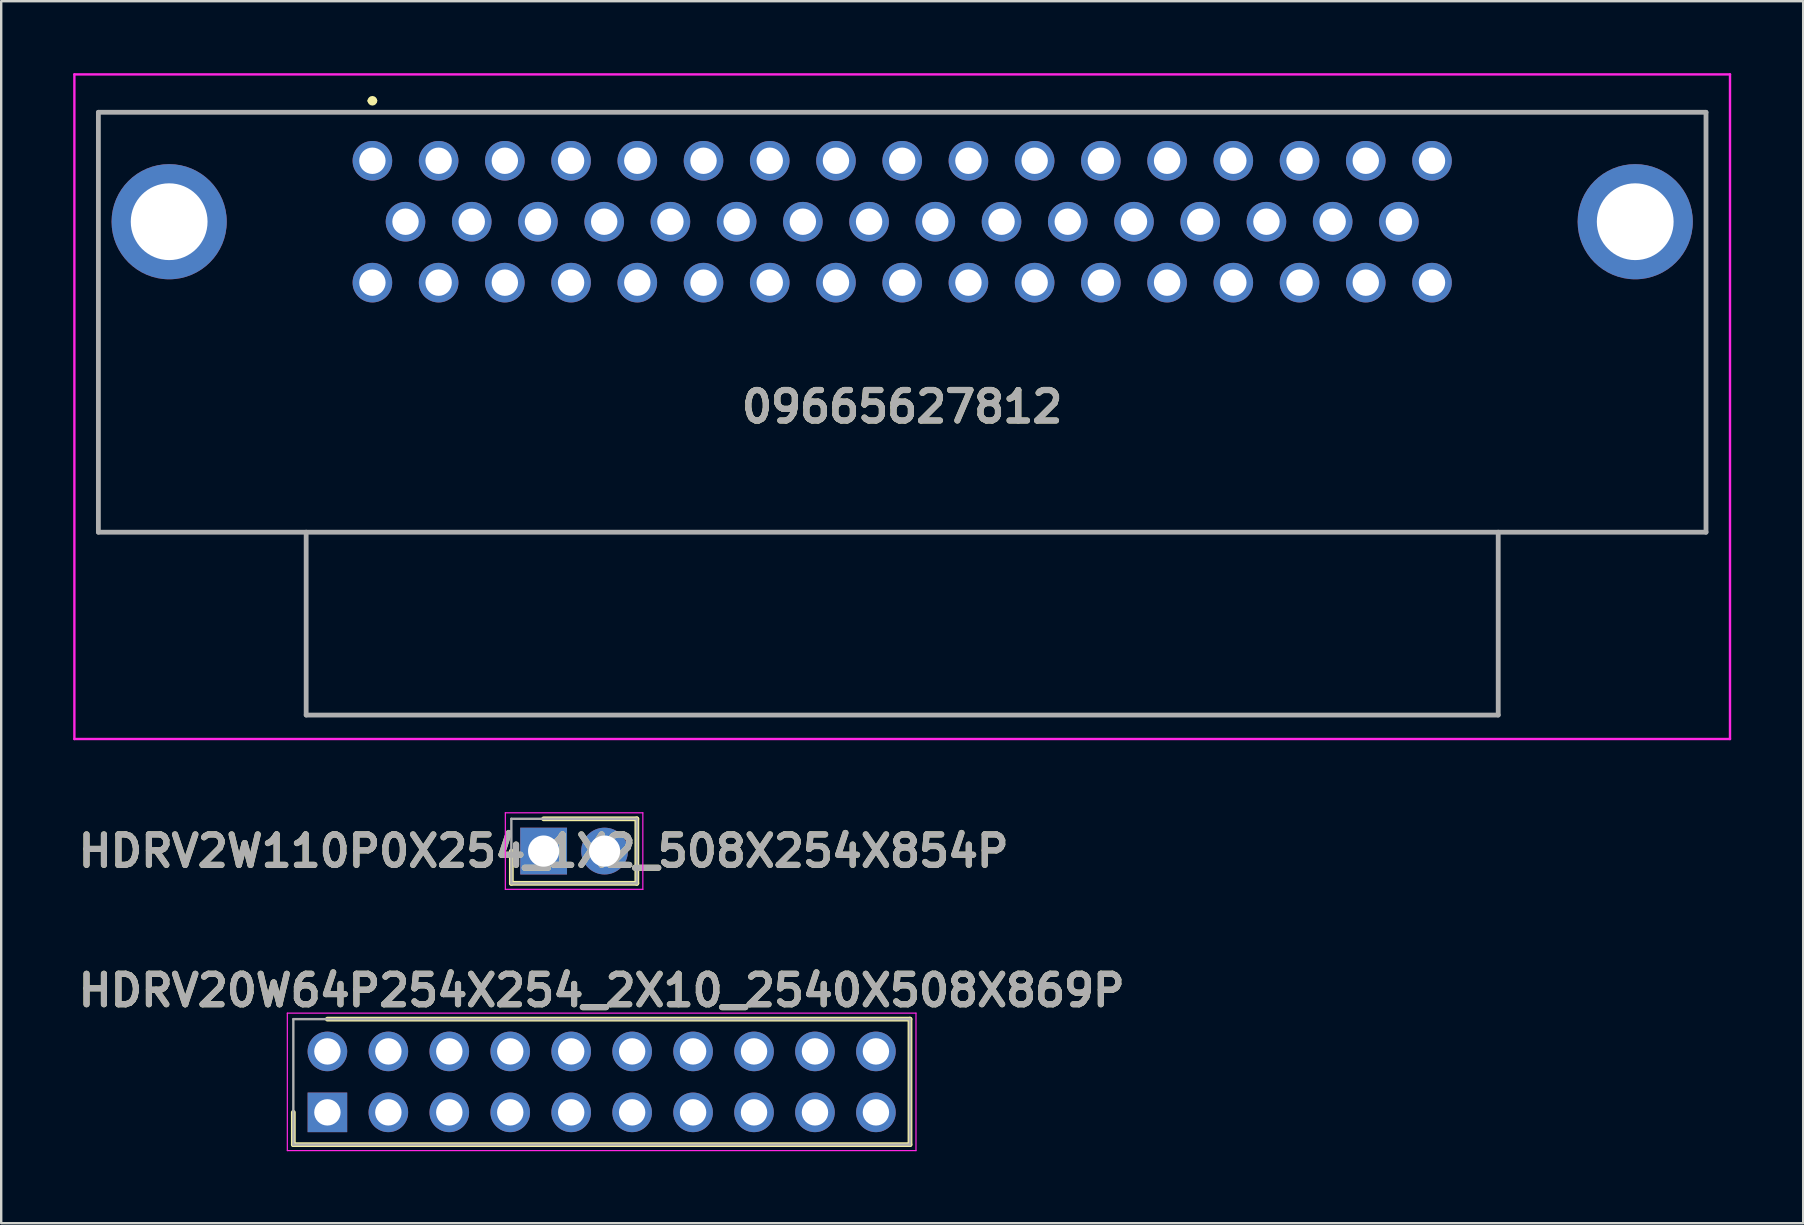
<source format=kicad_pcb>
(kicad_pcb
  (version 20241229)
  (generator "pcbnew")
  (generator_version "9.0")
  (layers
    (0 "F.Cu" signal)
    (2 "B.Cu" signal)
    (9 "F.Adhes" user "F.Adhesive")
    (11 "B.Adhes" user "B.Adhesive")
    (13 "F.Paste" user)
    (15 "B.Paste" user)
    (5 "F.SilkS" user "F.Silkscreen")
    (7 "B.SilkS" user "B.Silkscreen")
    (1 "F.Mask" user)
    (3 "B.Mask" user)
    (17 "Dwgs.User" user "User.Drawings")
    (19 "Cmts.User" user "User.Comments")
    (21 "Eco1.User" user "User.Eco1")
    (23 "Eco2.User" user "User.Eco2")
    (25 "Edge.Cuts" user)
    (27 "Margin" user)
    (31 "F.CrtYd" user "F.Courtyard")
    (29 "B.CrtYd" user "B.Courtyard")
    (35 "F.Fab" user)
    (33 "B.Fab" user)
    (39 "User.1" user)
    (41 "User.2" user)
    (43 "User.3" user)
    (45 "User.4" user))
  (footprint "09665627812"
    (layer "F.Cu")
    (at 12.47 3.65)
    (property "Reference" "09665627812" (at 22.08 10.25 0) (layer "F.SilkS") (effects (font (size 1.27 1.27) (thickness 0.254))))
    (attr through_hole)
    (fp_line (start -11.42 -2.02) (end 55.58 -2.02) (stroke (width 0.1) (type solid)) (layer "F.SilkS"))
    (fp_line (start -11.42 15.48) (end -11.42 -2.02) (stroke (width 0.1) (type solid)) (layer "F.SilkS"))
    (fp_line (start -0.1 -2.5) (end -0.1 -2.5) (stroke (width 0.2) (type solid)) (layer "F.SilkS"))
    (fp_line (start 0.1 -2.5) (end 0.1 -2.5) (stroke (width 0.2) (type solid)) (layer "F.SilkS"))
    (fp_line (start 55.58 -2.02) (end 55.58 15.48) (stroke (width 0.1) (type solid)) (layer "F.SilkS"))
    (fp_line (start 55.58 15.48) (end -11.42 15.48) (stroke (width 0.1) (type solid)) (layer "F.SilkS"))
    (fp_arc (start -0.1 -2.5) (mid 0 -2.6) (end 0.1 -2.5) (stroke (width 0.2) (type solid)) (layer "F.SilkS"))
    (fp_arc (start 0.1 -2.5) (mid 0 -2.4) (end -0.1 -2.5) (stroke (width 0.2) (type solid)) (layer "F.SilkS"))
    (fp_line (start -12.42 -3.6) (end 56.58 -3.6) (stroke (width 0.1) (type solid)) (layer "F.CrtYd"))
    (fp_line (start -12.42 24.1) (end -12.42 -3.6) (stroke (width 0.1) (type solid)) (layer "F.CrtYd"))
    (fp_line (start 56.58 -3.6) (end 56.58 24.1) (stroke (width 0.1) (type solid)) (layer "F.CrtYd"))
    (fp_line (start 56.58 24.1) (end -12.42 24.1) (stroke (width 0.1) (type solid)) (layer "F.CrtYd"))
    (fp_line (start -11.42 -2.02) (end 55.58 -2.02) (stroke (width 0.2) (type solid)) (layer "F.Fab"))
    (fp_line (start -11.42 15.48) (end -11.42 -2.02) (stroke (width 0.2) (type solid)) (layer "F.Fab"))
    (fp_line (start -2.76 15.48) (end -2.76 23.1) (stroke (width 0.2) (type solid)) (layer "F.Fab"))
    (fp_line (start -2.76 23.1) (end 46.92 23.1) (stroke (width 0.2) (type solid)) (layer "F.Fab"))
    (fp_line (start 46.92 23.1) (end 46.92 15.48) (stroke (width 0.2) (type solid)) (layer "F.Fab"))
    (fp_line (start 55.58 -2.02) (end 55.58 15.48) (stroke (width 0.2) (type solid)) (layer "F.Fab"))
    (fp_line (start 55.58 15.48) (end -11.42 15.48) (stroke (width 0.2) (type solid)) (layer "F.Fab"))
    (fp_text user "${REFERENCE}" (at 22.08 10.25 0) (layer "F.Fab") (effects (font (size 1.27 1.27) (thickness 0.254))))
    (pad "1" thru_hole circle (at 0 0) (size 1.65 1.65) (drill 1.1) (layers "*.Cu" "*.Mask"))
    (pad "2" thru_hole circle (at 2.76 0) (size 1.65 1.65) (drill 1.1) (layers "*.Cu" "*.Mask"))
    (pad "3" thru_hole circle (at 5.52 0) (size 1.65 1.65) (drill 1.1) (layers "*.Cu" "*.Mask"))
    (pad "4" thru_hole circle (at 8.28 0) (size 1.65 1.65) (drill 1.1) (layers "*.Cu" "*.Mask"))
    (pad "5" thru_hole circle (at 11.04 0) (size 1.65 1.65) (drill 1.1) (layers "*.Cu" "*.Mask"))
    (pad "6" thru_hole circle (at 13.8 0) (size 1.65 1.65) (drill 1.1) (layers "*.Cu" "*.Mask"))
    (pad "7" thru_hole circle (at 16.56 0) (size 1.65 1.65) (drill 1.1) (layers "*.Cu" "*.Mask"))
    (pad "8" thru_hole circle (at 19.32 0) (size 1.65 1.65) (drill 1.1) (layers "*.Cu" "*.Mask"))
    (pad "9" thru_hole circle (at 22.08 0) (size 1.65 1.65) (drill 1.1) (layers "*.Cu" "*.Mask"))
    (pad "10" thru_hole circle (at 24.84 0) (size 1.65 1.65) (drill 1.1) (layers "*.Cu" "*.Mask"))
    (pad "11" thru_hole circle (at 27.6 0) (size 1.65 1.65) (drill 1.1) (layers "*.Cu" "*.Mask"))
    (pad "12" thru_hole circle (at 30.36 0) (size 1.65 1.65) (drill 1.1) (layers "*.Cu" "*.Mask"))
    (pad "13" thru_hole circle (at 33.12 0) (size 1.65 1.65) (drill 1.1) (layers "*.Cu" "*.Mask"))
    (pad "14" thru_hole circle (at 35.88 0) (size 1.65 1.65) (drill 1.1) (layers "*.Cu" "*.Mask"))
    (pad "15" thru_hole circle (at 38.64 0) (size 1.65 1.65) (drill 1.1) (layers "*.Cu" "*.Mask"))
    (pad "16" thru_hole circle (at 41.4 0) (size 1.65 1.65) (drill 1.1) (layers "*.Cu" "*.Mask"))
    (pad "17" thru_hole circle (at 44.16 0) (size 1.65 1.65) (drill 1.1) (layers "*.Cu" "*.Mask"))
    (pad "18" thru_hole circle (at 1.38 2.54) (size 1.65 1.65) (drill 1.1) (layers "*.Cu" "*.Mask"))
    (pad "19" thru_hole circle (at 4.14 2.54) (size 1.65 1.65) (drill 1.1) (layers "*.Cu" "*.Mask"))
    (pad "20" thru_hole circle (at 6.9 2.54) (size 1.65 1.65) (drill 1.1) (layers "*.Cu" "*.Mask"))
    (pad "21" thru_hole circle (at 9.66 2.54) (size 1.65 1.65) (drill 1.1) (layers "*.Cu" "*.Mask"))
    (pad "22" thru_hole circle (at 12.42 2.54) (size 1.65 1.65) (drill 1.1) (layers "*.Cu" "*.Mask"))
    (pad "23" thru_hole circle (at 15.18 2.54) (size 1.65 1.65) (drill 1.1) (layers "*.Cu" "*.Mask"))
    (pad "24" thru_hole circle (at 17.94 2.54) (size 1.65 1.65) (drill 1.1) (layers "*.Cu" "*.Mask"))
    (pad "25" thru_hole circle (at 20.7 2.54) (size 1.65 1.65) (drill 1.1) (layers "*.Cu" "*.Mask"))
    (pad "26" thru_hole circle (at 23.46 2.54) (size 1.65 1.65) (drill 1.1) (layers "*.Cu" "*.Mask"))
    (pad "27" thru_hole circle (at 26.22 2.54) (size 1.65 1.65) (drill 1.1) (layers "*.Cu" "*.Mask"))
    (pad "28" thru_hole circle (at 28.98 2.54) (size 1.65 1.65) (drill 1.1) (layers "*.Cu" "*.Mask"))
    (pad "29" thru_hole circle (at 31.74 2.54) (size 1.65 1.65) (drill 1.1) (layers "*.Cu" "*.Mask"))
    (pad "30" thru_hole circle (at 34.5 2.54) (size 1.65 1.65) (drill 1.1) (layers "*.Cu" "*.Mask"))
    (pad "31" thru_hole circle (at 37.26 2.54) (size 1.65 1.65) (drill 1.1) (layers "*.Cu" "*.Mask"))
    (pad "32" thru_hole circle (at 40.02 2.54) (size 1.65 1.65) (drill 1.1) (layers "*.Cu" "*.Mask"))
    (pad "33" thru_hole circle (at 42.78 2.54) (size 1.65 1.65) (drill 1.1) (layers "*.Cu" "*.Mask"))
    (pad "34" thru_hole circle (at 0 5.08) (size 1.65 1.65) (drill 1.1) (layers "*.Cu" "*.Mask"))
    (pad "35" thru_hole circle (at 2.76 5.08) (size 1.65 1.65) (drill 1.1) (layers "*.Cu" "*.Mask"))
    (pad "36" thru_hole circle (at 5.52 5.08) (size 1.65 1.65) (drill 1.1) (layers "*.Cu" "*.Mask"))
    (pad "37" thru_hole circle (at 8.28 5.08) (size 1.65 1.65) (drill 1.1) (layers "*.Cu" "*.Mask"))
    (pad "38" thru_hole circle (at 11.04 5.08) (size 1.65 1.65) (drill 1.1) (layers "*.Cu" "*.Mask"))
    (pad "39" thru_hole circle (at 13.8 5.08) (size 1.65 1.65) (drill 1.1) (layers "*.Cu" "*.Mask"))
    (pad "40" thru_hole circle (at 16.56 5.08) (size 1.65 1.65) (drill 1.1) (layers "*.Cu" "*.Mask"))
    (pad "41" thru_hole circle (at 19.32 5.08) (size 1.65 1.65) (drill 1.1) (layers "*.Cu" "*.Mask"))
    (pad "42" thru_hole circle (at 22.08 5.08) (size 1.65 1.65) (drill 1.1) (layers "*.Cu" "*.Mask"))
    (pad "43" thru_hole circle (at 24.84 5.08) (size 1.65 1.65) (drill 1.1) (layers "*.Cu" "*.Mask"))
    (pad "44" thru_hole circle (at 27.6 5.08) (size 1.65 1.65) (drill 1.1) (layers "*.Cu" "*.Mask"))
    (pad "45" thru_hole circle (at 30.36 5.08) (size 1.65 1.65) (drill 1.1) (layers "*.Cu" "*.Mask"))
    (pad "46" thru_hole circle (at 33.12 5.08) (size 1.65 1.65) (drill 1.1) (layers "*.Cu" "*.Mask"))
    (pad "47" thru_hole circle (at 35.88 5.08) (size 1.65 1.65) (drill 1.1) (layers "*.Cu" "*.Mask"))
    (pad "48" thru_hole circle (at 38.64 5.08) (size 1.65 1.65) (drill 1.1) (layers "*.Cu" "*.Mask"))
    (pad "49" thru_hole circle (at 41.4 5.08) (size 1.65 1.65) (drill 1.1) (layers "*.Cu" "*.Mask"))
    (pad "50" thru_hole circle (at 44.16 5.08) (size 1.65 1.65) (drill 1.1) (layers "*.Cu" "*.Mask"))
    (pad "MH1" thru_hole circle (at -8.47 2.54) (size 4.8 4.8) (drill 3.2) (layers "*.Cu" "*.Mask"))
    (pad "MH2" thru_hole circle (at 52.63 2.54) (size 4.8 4.8) (drill 3.2) (layers "*.Cu" "*.Mask")))
  (footprint "HDRV2W110P0X254_1X2_508X254X854P"
    (layer "F.Cu")
    (at 19.606 32.42)
    (property "Reference" "HDRV2W110P0X254_1X2_508X254X854P" (at 0 0 0) (layer "F.SilkS") (effects (font (size 1.27 1.27) (thickness 0.254))))
    (attr through_hole)
    (fp_line (start -1.345 0) (end -1.345 1.345) (stroke (width 0.2) (type solid)) (layer "F.SilkS"))
    (fp_line (start -1.345 1.345) (end 3.885 1.345) (stroke (width 0.2) (type solid)) (layer "F.SilkS"))
    (fp_line (start 3.885 -1.345) (end 0 -1.345) (stroke (width 0.2) (type solid)) (layer "F.SilkS"))
    (fp_line (start 3.885 1.345) (end 3.885 -1.345) (stroke (width 0.2) (type solid)) (layer "F.SilkS"))
    (fp_line (start -1.595 -1.595) (end 4.135 -1.595) (stroke (width 0.05) (type solid)) (layer "F.CrtYd"))
    (fp_line (start -1.595 1.595) (end -1.595 -1.595) (stroke (width 0.05) (type solid)) (layer "F.CrtYd"))
    (fp_line (start 4.135 -1.595) (end 4.135 1.595) (stroke (width 0.05) (type solid)) (layer "F.CrtYd"))
    (fp_line (start 4.135 1.595) (end -1.595 1.595) (stroke (width 0.05) (type solid)) (layer "F.CrtYd"))
    (fp_line (start -1.345 -1.345) (end 3.885 -1.345) (stroke (width 0.1) (type solid)) (layer "F.Fab"))
    (fp_line (start -1.345 1.345) (end -1.345 -1.345) (stroke (width 0.1) (type solid)) (layer "F.Fab"))
    (fp_line (start 3.885 -1.345) (end 3.885 1.345) (stroke (width 0.1) (type solid)) (layer "F.Fab"))
    (fp_line (start 3.885 1.345) (end -1.345 1.345) (stroke (width 0.1) (type solid)) (layer "F.Fab"))
    (fp_text user "${REFERENCE}" (at 0 0 0) (layer "F.Fab") (effects (font (size 1.27 1.27) (thickness 0.254))))
    (pad "1" thru_hole rect (at 0 0) (size 1.95 1.95) (drill 1.3) (layers "*.Cu" "*.Mask"))
    (pad "2" thru_hole circle (at 2.54 0) (size 1.95 1.95) (drill 1.3) (layers "*.Cu" "*.Mask")))
  (footprint "HDRV20W64P254X254_2X10_2540X508X869P"
    (layer "F.Cu")
    (at 10.595 43.309)
    (property "Reference" "HDRV20W64P254X254_2X10_2540X508X869P" (at 11.43 -5.08 0) (layer "F.SilkS") (effects (font (size 1.27 1.27) (thickness 0.254))))
    (attr through_hole)
    (fp_line (start -1.42 0) (end -1.42 1.345) (stroke (width 0.2) (type solid)) (layer "F.SilkS"))
    (fp_line (start -1.42 1.345) (end 24.28 1.345) (stroke (width 0.2) (type solid)) (layer "F.SilkS"))
    (fp_line (start 24.28 -3.885) (end 0 -3.885) (stroke (width 0.2) (type solid)) (layer "F.SilkS"))
    (fp_line (start 24.28 1.345) (end 24.28 -3.885) (stroke (width 0.2) (type solid)) (layer "F.SilkS"))
    (fp_line (start -1.67 -4.135) (end 24.53 -4.135) (stroke (width 0.05) (type solid)) (layer "F.CrtYd"))
    (fp_line (start -1.67 1.595) (end -1.67 -4.135) (stroke (width 0.05) (type solid)) (layer "F.CrtYd"))
    (fp_line (start 24.53 -4.135) (end 24.53 1.595) (stroke (width 0.05) (type solid)) (layer "F.CrtYd"))
    (fp_line (start 24.53 1.595) (end -1.67 1.595) (stroke (width 0.05) (type solid)) (layer "F.CrtYd"))
    (fp_line (start -1.42 -3.885) (end 24.28 -3.885) (stroke (width 0.1) (type solid)) (layer "F.Fab"))
    (fp_line (start -1.42 1.345) (end -1.42 -3.885) (stroke (width 0.1) (type solid)) (layer "F.Fab"))
    (fp_line (start 24.28 -3.885) (end 24.28 1.345) (stroke (width 0.1) (type solid)) (layer "F.Fab"))
    (fp_line (start 24.28 1.345) (end -1.42 1.345) (stroke (width 0.1) (type solid)) (layer "F.Fab"))
    (fp_text user "${REFERENCE}" (at 11.43 -5.08 0) (layer "F.Fab") (effects (font (size 1.27 1.27) (thickness 0.254))))
    (pad "1" thru_hole rect (at 0 0) (size 1.65 1.65) (drill 1.1) (layers "*.Cu" "*.Mask"))
    (pad "2" thru_hole circle (at 0 -2.54) (size 1.65 1.65) (drill 1.1) (layers "*.Cu" "*.Mask"))
    (pad "3" thru_hole circle (at 2.54 0) (size 1.65 1.65) (drill 1.1) (layers "*.Cu" "*.Mask"))
    (pad "4" thru_hole circle (at 2.54 -2.54) (size 1.65 1.65) (drill 1.1) (layers "*.Cu" "*.Mask"))
    (pad "5" thru_hole circle (at 5.08 0) (size 1.65 1.65) (drill 1.1) (layers "*.Cu" "*.Mask"))
    (pad "6" thru_hole circle (at 5.08 -2.54) (size 1.65 1.65) (drill 1.1) (layers "*.Cu" "*.Mask"))
    (pad "7" thru_hole circle (at 7.62 0) (size 1.65 1.65) (drill 1.1) (layers "*.Cu" "*.Mask"))
    (pad "8" thru_hole circle (at 7.62 -2.54) (size 1.65 1.65) (drill 1.1) (layers "*.Cu" "*.Mask"))
    (pad "9" thru_hole circle (at 10.16 0) (size 1.65 1.65) (drill 1.1) (layers "*.Cu" "*.Mask"))
    (pad "10" thru_hole circle (at 10.16 -2.54) (size 1.65 1.65) (drill 1.1) (layers "*.Cu" "*.Mask"))
    (pad "11" thru_hole circle (at 12.7 0) (size 1.65 1.65) (drill 1.1) (layers "*.Cu" "*.Mask"))
    (pad "12" thru_hole circle (at 12.7 -2.54) (size 1.65 1.65) (drill 1.1) (layers "*.Cu" "*.Mask"))
    (pad "13" thru_hole circle (at 15.24 0) (size 1.65 1.65) (drill 1.1) (layers "*.Cu" "*.Mask"))
    (pad "14" thru_hole circle (at 15.24 -2.54) (size 1.65 1.65) (drill 1.1) (layers "*.Cu" "*.Mask"))
    (pad "15" thru_hole circle (at 17.78 0) (size 1.65 1.65) (drill 1.1) (layers "*.Cu" "*.Mask"))
    (pad "16" thru_hole circle (at 17.78 -2.54) (size 1.65 1.65) (drill 1.1) (layers "*.Cu" "*.Mask"))
    (pad "17" thru_hole circle (at 20.32 0) (size 1.65 1.65) (drill 1.1) (layers "*.Cu" "*.Mask"))
    (pad "18" thru_hole circle (at 20.32 -2.54) (size 1.65 1.65) (drill 1.1) (layers "*.Cu" "*.Mask"))
    (pad "19" thru_hole circle (at 22.86 0) (size 1.65 1.65) (drill 1.1) (layers "*.Cu" "*.Mask"))
    (pad "20" thru_hole circle (at 22.86 -2.54) (size 1.65 1.65) (drill 1.1) (layers "*.Cu" "*.Mask")))
  (gr_rect
    (start -3 -3)
    (end 72.1 47.929)
    (stroke (width 0.1) (type default))
    (fill no)
    (layer "Edge.Cuts")))
</source>
